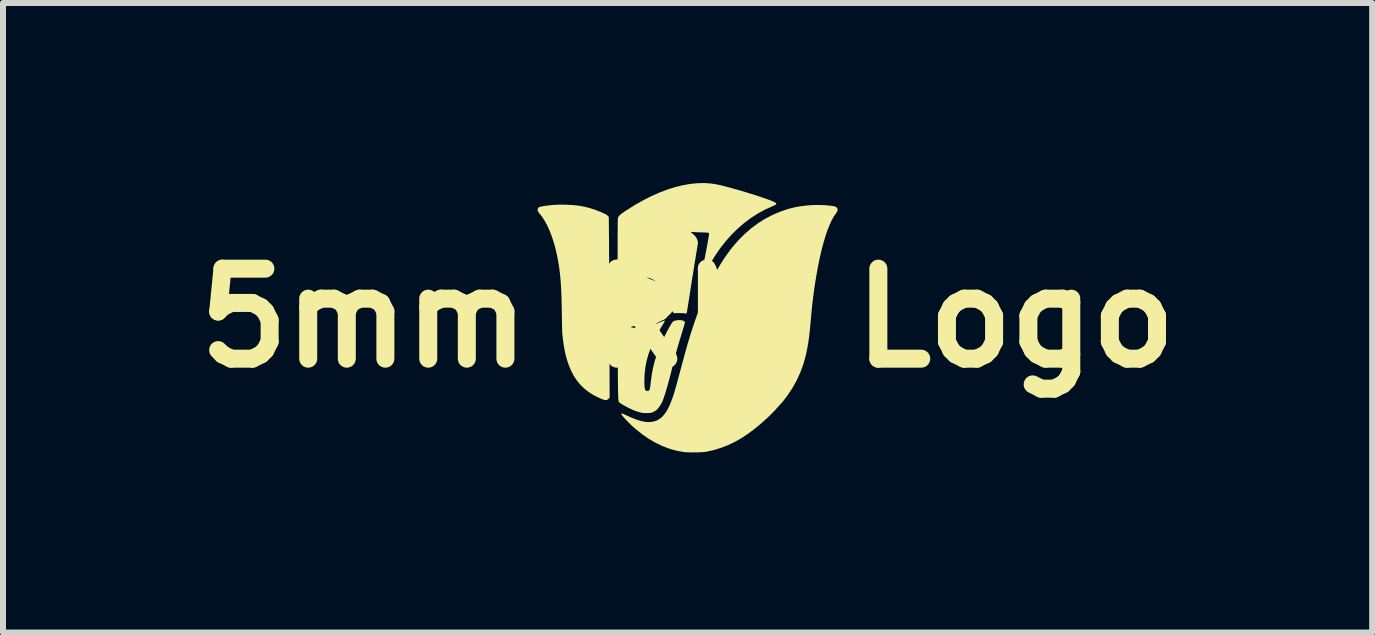
<source format=kicad_pcb>
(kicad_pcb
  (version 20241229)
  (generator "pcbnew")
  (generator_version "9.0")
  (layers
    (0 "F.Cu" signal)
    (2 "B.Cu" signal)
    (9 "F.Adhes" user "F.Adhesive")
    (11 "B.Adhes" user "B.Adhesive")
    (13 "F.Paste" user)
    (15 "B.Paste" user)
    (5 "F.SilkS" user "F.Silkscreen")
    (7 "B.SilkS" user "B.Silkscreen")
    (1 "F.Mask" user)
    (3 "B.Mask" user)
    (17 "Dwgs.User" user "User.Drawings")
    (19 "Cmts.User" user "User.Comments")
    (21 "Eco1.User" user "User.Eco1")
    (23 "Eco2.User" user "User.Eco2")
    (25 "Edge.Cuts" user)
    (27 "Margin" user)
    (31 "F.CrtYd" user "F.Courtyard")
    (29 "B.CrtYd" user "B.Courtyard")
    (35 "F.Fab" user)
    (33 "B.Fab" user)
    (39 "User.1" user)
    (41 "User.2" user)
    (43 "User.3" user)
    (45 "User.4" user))
  (footprint "5mm RM Logo"
    (layer "F.Cu")
    (at 8.407 2.248)
    (property "Reference" "5mm RM Logo" (at 0 0 0) (layer "F.SilkS") (effects (font (size 1.5 1.5) (thickness 0.3))))
    (attr board_only exclude_from_pos_files exclude_from_bom)
    (fp_poly (pts (xy -2.033 -1.888) (xy -2.027 -1.887) (xy -1.918 -1.882) (xy -1.816 -1.871) (xy -1.72 -1.854) (xy -1.626 -1.83) (xy -1.532 -1.799) (xy -1.483 -1.78) (xy -1.436 -1.761) (xy -1.399 -1.744) (xy -1.37 -1.73) (xy -1.348 -1.717) (xy -1.334 -1.706) (xy -1.327 -1.699) (xy -1.313 -1.683) (xy -1.31 -1.331) (xy -1.309 -1.289) (xy -1.309 -1.237) (xy -1.309 -1.175) (xy -1.308 -1.104) (xy -1.308 -1.026) (xy -1.307 -0.939) (xy -1.307 -0.846) (xy -1.306 -0.747) (xy -1.306 -0.644) (xy -1.305 -0.535) (xy -1.305 -0.423) (xy -1.304 -0.308) (xy -1.304 -0.191) (xy -1.303 -0.073) (xy -1.303 0.046) (xy -1.303 0.164) (xy -1.303 0.175) (xy -1.299 1.328) (xy -1.319 1.348) (xy -1.333 1.36) (xy -1.348 1.367) (xy -1.366 1.368) (xy -1.389 1.365) (xy -1.417 1.356) (xy -1.453 1.341) (xy -1.462 1.337) (xy -1.554 1.293) (xy -1.637 1.242) (xy -1.713 1.184) (xy -1.781 1.119) (xy -1.841 1.047) (xy -1.895 0.967) (xy -1.942 0.878) (xy -1.982 0.781) (xy -2.017 0.674) (xy -2.03 0.625) (xy -2.043 0.569) (xy -2.055 0.505) (xy -2.066 0.439) (xy -2.075 0.375) (xy -2.08 0.336) (xy -2.082 0.309) (xy -2.085 0.284) (xy -2.087 0.265) (xy -2.088 0.255) (xy -2.089 0.247) (xy -2.09 0.228) (xy -2.09 0.2) (xy -2.091 0.164) (xy -2.092 0.121) (xy -2.093 0.072) (xy -2.094 0.018) (xy -2.095 -0.041) (xy -2.096 -0.101) (xy -2.098 -0.215) (xy -2.101 -0.319) (xy -2.104 -0.414) (xy -2.108 -0.501) (xy -2.113 -0.582) (xy -2.119 -0.657) (xy -2.126 -0.729) (xy -2.134 -0.797) (xy -2.143 -0.863) (xy -2.154 -0.929) (xy -2.166 -0.995) (xy -2.18 -1.063) (xy -2.181 -1.066) (xy -2.206 -1.174) (xy -2.236 -1.278) (xy -2.269 -1.376) (xy -2.305 -1.467) (xy -2.344 -1.551) (xy -2.386 -1.626) (xy -2.429 -1.692) (xy -2.461 -1.732) (xy -2.481 -1.757) (xy -2.494 -1.777) (xy -2.5 -1.793) (xy -2.499 -1.808) (xy -2.493 -1.824) (xy -2.492 -1.827) (xy -2.486 -1.836) (xy -2.478 -1.843) (xy -2.465 -1.849) (xy -2.447 -1.855) (xy -2.421 -1.86) (xy -2.386 -1.866) (xy -2.38 -1.867) (xy -2.309 -1.876) (xy -2.242 -1.883) (xy -2.177 -1.887) (xy -2.109 -1.888)) (stroke (width 0) (type solid)) (fill yes) (layer "F.SilkS"))
    (fp_poly (pts (xy 2.275 -1.88) (xy 2.366 -1.872) (xy 2.425 -1.864) (xy 2.449 -1.859) (xy 2.465 -1.854) (xy 2.476 -1.847) (xy 2.485 -1.839) (xy 2.497 -1.822) (xy 2.501 -1.804) (xy 2.497 -1.784) (xy 2.484 -1.76) (xy 2.47 -1.739) (xy 2.433 -1.685) (xy 2.397 -1.619) (xy 2.363 -1.543) (xy 2.329 -1.457) (xy 2.296 -1.36) (xy 2.265 -1.254) (xy 2.234 -1.139) (xy 2.205 -1.014) (xy 2.177 -0.881) (xy 2.151 -0.739) (xy 2.126 -0.588) (xy 2.103 -0.43) (xy 2.089 -0.32) (xy 2.085 -0.287) (xy 2.081 -0.256) (xy 2.077 -0.225) (xy 2.074 -0.191) (xy 2.07 -0.155) (xy 2.066 -0.113) (xy 2.062 -0.066) (xy 2.057 -0.012) (xy 2.051 0.051) (xy 2.046 0.109) (xy 2.036 0.214) (xy 2.025 0.309) (xy 2.013 0.397) (xy 1.999 0.479) (xy 1.984 0.559) (xy 1.967 0.636) (xy 1.965 0.642) (xy 1.926 0.779) (xy 1.876 0.913) (xy 1.816 1.043) (xy 1.746 1.168) (xy 1.665 1.29) (xy 1.602 1.373) (xy 1.574 1.407) (xy 1.539 1.446) (xy 1.5 1.489) (xy 1.459 1.534) (xy 1.417 1.578) (xy 1.376 1.619) (xy 1.338 1.656) (xy 1.321 1.672) (xy 1.208 1.773) (xy 1.098 1.862) (xy 0.989 1.942) (xy 0.881 2.012) (xy 0.773 2.072) (xy 0.664 2.123) (xy 0.554 2.165) (xy 0.443 2.199) (xy 0.329 2.226) (xy 0.311 2.229) (xy 0.283 2.233) (xy 0.246 2.236) (xy 0.202 2.238) (xy 0.155 2.24) (xy 0.106 2.24) (xy 0.058 2.24) (xy 0.012 2.239) (xy -0.027 2.237) (xy -0.059 2.235) (xy -0.064 2.234) (xy -0.185 2.212) (xy -0.302 2.179) (xy -0.418 2.135) (xy -0.532 2.081) (xy -0.644 2.016) (xy -0.754 1.94) (xy -0.863 1.853) (xy -0.925 1.799) (xy -0.95 1.775) (xy -0.976 1.749) (xy -1.003 1.721) (xy -1.03 1.693) (xy -1.054 1.667) (xy -1.075 1.643) (xy -1.09 1.624) (xy -1.1 1.611) (xy -1.101 1.608) (xy -1.104 1.598) (xy -1.102 1.593) (xy -1.094 1.592) (xy -1.078 1.596) (xy -1.055 1.606) (xy -1.023 1.621) (xy -1.014 1.625) (xy -0.932 1.662) (xy -0.856 1.692) (xy -0.787 1.714) (xy -0.724 1.728) (xy -0.666 1.735) (xy -0.612 1.733) (xy -0.562 1.725) (xy -0.515 1.709) (xy -0.498 1.701) (xy -0.459 1.677) (xy -0.423 1.646) (xy -0.388 1.607) (xy -0.354 1.559) (xy -0.322 1.502) (xy -0.291 1.435) (xy -0.261 1.359) (xy -0.231 1.272) (xy -0.217 1.225) (xy -0.209 1.198) (xy -0.199 1.163) (xy -0.187 1.121) (xy -0.174 1.074) (xy -0.161 1.025) (xy -0.148 0.977) (xy -0.143 0.959) (xy -0.113 0.847) (xy -0.086 0.744) (xy -0.06 0.651) (xy -0.037 0.566) (xy -0.015 0.488) (xy 0.006 0.415) (xy 0.026 0.348) (xy 0.045 0.285) (xy 0.064 0.225) (xy 0.083 0.167) (xy 0.102 0.11) (xy 0.121 0.053) (xy 0.142 -0.005) (xy 0.155 -0.042) (xy 0.219 -0.213) (xy 0.284 -0.373) (xy 0.351 -0.522) (xy 0.418 -0.662) (xy 0.488 -0.793) (xy 0.56 -0.915) (xy 0.634 -1.028) (xy 0.711 -1.134) (xy 0.791 -1.232) (xy 0.874 -1.323) (xy 0.961 -1.408) (xy 1.052 -1.487) (xy 1.073 -1.504) (xy 1.182 -1.584) (xy 1.298 -1.656) (xy 1.42 -1.719) (xy 1.545 -1.772) (xy 1.674 -1.816) (xy 1.786 -1.844) (xy 1.879 -1.861) (xy 1.977 -1.873) (xy 2.077 -1.881) (xy 2.177 -1.883)) (stroke (width 0) (type solid)) (fill yes) (layer "F.SilkS"))
    (fp_poly (pts (xy 0.387 -2.241) (xy 0.488 -2.225) (xy 0.538 -2.214) (xy 0.597 -2.2) (xy 0.663 -2.183) (xy 0.735 -2.163) (xy 0.811 -2.142) (xy 0.89 -2.119) (xy 0.97 -2.095) (xy 1.049 -2.071) (xy 1.126 -2.047) (xy 1.198 -2.023) (xy 1.266 -2) (xy 1.326 -1.979) (xy 1.378 -1.96) (xy 1.384 -1.958) (xy 1.421 -1.942) (xy 1.448 -1.93) (xy 1.466 -1.919) (xy 1.476 -1.91) (xy 1.478 -1.901) (xy 1.474 -1.892) (xy 1.471 -1.89) (xy 1.461 -1.883) (xy 1.444 -1.875) (xy 1.422 -1.865) (xy 1.407 -1.858) (xy 1.288 -1.805) (xy 1.17 -1.74) (xy 1.055 -1.666) (xy 0.944 -1.583) (xy 0.837 -1.491) (xy 0.735 -1.391) (xy 0.639 -1.283) (xy 0.549 -1.17) (xy 0.466 -1.05) (xy 0.433 -0.997) (xy 0.407 -0.952) (xy 0.379 -0.899) (xy 0.349 -0.842) (xy 0.32 -0.783) (xy 0.292 -0.725) (xy 0.268 -0.671) (xy 0.253 -0.633) (xy 0.238 -0.6) (xy 0.227 -0.577) (xy 0.218 -0.565) (xy 0.212 -0.564) (xy 0.209 -0.573) (xy 0.209 -0.575) (xy 0.21 -0.582) (xy 0.212 -0.599) (xy 0.217 -0.626) (xy 0.223 -0.661) (xy 0.231 -0.703) (xy 0.24 -0.752) (xy 0.25 -0.807) (xy 0.261 -0.866) (xy 0.273 -0.929) (xy 0.285 -0.995) (xy 0.3 -1.073) (xy 0.313 -1.141) (xy 0.324 -1.199) (xy 0.333 -1.248) (xy 0.34 -1.289) (xy 0.346 -1.323) (xy 0.351 -1.35) (xy 0.354 -1.371) (xy 0.356 -1.387) (xy 0.357 -1.399) (xy 0.357 -1.406) (xy 0.356 -1.411) (xy 0.355 -1.413) (xy 0.351 -1.416) (xy 0.343 -1.419) (xy 0.331 -1.421) (xy 0.312 -1.423) (xy 0.286 -1.424) (xy 0.251 -1.425) (xy 0.225 -1.426) (xy 0.188 -1.427) (xy 0.153 -1.429) (xy 0.122 -1.43) (xy 0.098 -1.432) (xy 0.083 -1.433) (xy 0.08 -1.433) (xy 0.065 -1.434) (xy 0.057 -1.432) (xy 0.056 -1.431) (xy 0.06 -1.425) (xy 0.071 -1.415) (xy 0.087 -1.402) (xy 0.089 -1.4) (xy 0.125 -1.366) (xy 0.152 -1.326) (xy 0.166 -1.289) (xy 0.17 -1.276) (xy 0.172 -1.264) (xy 0.172 -1.251) (xy 0.171 -1.235) (xy 0.167 -1.212) (xy 0.163 -1.188) (xy 0.158 -1.157) (xy 0.151 -1.117) (xy 0.143 -1.067) (xy 0.134 -1.01) (xy 0.123 -0.946) (xy 0.112 -0.878) (xy 0.101 -0.805) (xy 0.089 -0.73) (xy 0.076 -0.654) (xy 0.064 -0.577) (xy 0.052 -0.5) (xy 0.041 -0.426) (xy 0.031 -0.364) (xy 0.023 -0.31) (xy 0.014 -0.259) (xy 0.007 -0.213) (xy 0.000452 -0.171) (xy -0.005 -0.137) (xy -0.01 -0.109) (xy -0.013 -0.091) (xy -0.015 -0.082) (xy -0.015 -0.082) (xy -0.018 -0.076) (xy -0.025 -0.074) (xy -0.039 -0.075) (xy -0.044 -0.076) (xy -0.059 -0.078) (xy -0.083 -0.08) (xy -0.112 -0.081) (xy -0.143 -0.081) (xy -0.151 -0.081) (xy -0.231 -0.081) (xy -0.278 -0.139) (xy -0.296 -0.16) (xy -0.312 -0.178) (xy -0.323 -0.19) (xy -0.33 -0.196) (xy -0.33 -0.196) (xy -0.336 -0.193) (xy -0.349 -0.183) (xy -0.366 -0.169) (xy -0.386 -0.152) (xy -0.388 -0.151) (xy -0.462 -0.091) (xy -0.539 -0.036) (xy -0.617 0.013) (xy -0.694 0.056) (xy -0.77 0.092) (xy -0.843 0.119) (xy -0.88 0.13) (xy -0.912 0.139) (xy -0.932 0.146) (xy -0.941 0.152) (xy -0.939 0.157) (xy -0.925 0.16) (xy -0.901 0.162) (xy -0.866 0.163) (xy -0.864 0.163) (xy -0.783 0.159) (xy -0.699 0.146) (xy -0.612 0.126) (xy -0.521 0.096) (xy -0.425 0.058) (xy -0.405 0.05) (xy -0.389 0.046) (xy -0.379 0.044) (xy -0.378 0.045) (xy -0.38 0.051) (xy -0.387 0.065) (xy -0.398 0.085) (xy -0.412 0.11) (xy -0.425 0.13) (xy -0.496 0.251) (xy -0.557 0.368) (xy -0.608 0.483) (xy -0.649 0.595) (xy -0.681 0.706) (xy -0.703 0.816) (xy -0.716 0.927) (xy -0.72 1.026) (xy -0.72 1.078) (xy -0.719 1.12) (xy -0.716 1.153) (xy -0.712 1.177) (xy -0.707 1.195) (xy -0.699 1.207) (xy -0.689 1.214) (xy -0.676 1.216) (xy -0.67 1.216) (xy -0.658 1.215) (xy -0.647 1.212) (xy -0.639 1.204) (xy -0.633 1.19) (xy -0.627 1.17) (xy -0.622 1.143) (xy -0.618 1.106) (xy -0.614 1.072) (xy -0.598 0.951) (xy -0.577 0.835) (xy -0.548 0.721) (xy -0.513 0.607) (xy -0.471 0.496) (xy -0.454 0.455) (xy -0.432 0.406) (xy -0.407 0.353) (xy -0.38 0.298) (xy -0.352 0.244) (xy -0.326 0.193) (xy -0.301 0.148) (xy -0.289 0.128) (xy -0.273 0.1) (xy -0.26 0.081) (xy -0.251 0.068) (xy -0.243 0.059) (xy -0.234 0.054) (xy -0.225 0.05) (xy -0.221 0.048) (xy -0.188 0.04) (xy -0.155 0.036) (xy -0.124 0.035) (xy -0.095 0.039) (xy -0.071 0.046) (xy -0.054 0.056) (xy -0.046 0.069) (xy -0.045 0.075) (xy -0.046 0.083) (xy -0.051 0.1) (xy -0.058 0.125) (xy -0.067 0.157) (xy -0.078 0.193) (xy -0.09 0.233) (xy -0.093 0.243) (xy -0.129 0.361) (xy -0.162 0.472) (xy -0.191 0.575) (xy -0.216 0.669) (xy -0.238 0.755) (xy -0.252 0.81) (xy -0.27 0.886) (xy -0.289 0.961) (xy -0.309 1.035) (xy -0.328 1.106) (xy -0.348 1.174) (xy -0.366 1.236) (xy -0.384 1.292) (xy -0.401 1.341) (xy -0.415 1.38) (xy -0.425 1.403) (xy -0.439 1.429) (xy -0.456 1.458) (xy -0.476 1.486) (xy -0.496 1.511) (xy -0.515 1.531) (xy -0.523 1.538) (xy -0.538 1.548) (xy -0.559 1.56) (xy -0.575 1.568) (xy -0.591 1.575) (xy -0.605 1.579) (xy -0.621 1.582) (xy -0.643 1.584) (xy -0.671 1.585) (xy -0.676 1.585) (xy -0.708 1.585) (xy -0.734 1.584) (xy -0.757 1.581) (xy -0.781 1.576) (xy -0.794 1.573) (xy -0.834 1.561) (xy -0.873 1.548) (xy -0.914 1.531) (xy -0.96 1.51) (xy -0.984 1.498) (xy -1.036 1.471) (xy -1.077 1.448) (xy -1.109 1.429) (xy -1.129 1.413) (xy -1.132 1.411) (xy -1.135 1.408) (xy -1.138 1.406) (xy -1.141 1.404) (xy -1.143 1.402) (xy -1.145 1.398) (xy -1.148 1.393) (xy -1.149 1.386) (xy -1.151 1.377) (xy -1.153 1.365) (xy -1.154 1.35) (xy -1.155 1.332) (xy -1.156 1.31) (xy -1.157 1.284) (xy -1.158 1.253) (xy -1.159 1.218) (xy -1.16 1.177) (xy -1.16 1.13) (xy -1.161 1.077) (xy -1.161 1.017) (xy -1.162 0.951) (xy -1.162 0.877) (xy -1.163 0.796) (xy -1.163 0.706) (xy -1.163 0.608) (xy -1.163 0.501) (xy -1.164 0.384) (xy -1.164 0.258) (xy -1.164 0.122) (xy -1.164 -0.025) (xy -1.165 -0.143) (xy -1.165 -0.302) (xy -1.165 -0.449) (xy -1.165 -0.587) (xy -1.166 -0.691) (xy -0.694 -0.691) (xy -0.692 -0.685) (xy -0.689 -0.681) (xy -0.68 -0.675) (xy -0.663 -0.666) (xy -0.64 -0.656) (xy -0.614 -0.644) (xy -0.586 -0.633) (xy -0.56 -0.622) (xy -0.537 -0.613) (xy -0.519 -0.608) (xy -0.51 -0.606) (xy -0.496 -0.608) (xy -0.479 -0.614) (xy -0.473 -0.616) (xy -0.456 -0.626) (xy -0.443 -0.637) (xy -0.44 -0.641) (xy -0.434 -0.653) (xy -0.425 -0.672) (xy -0.414 -0.696) (xy -0.403 -0.724) (xy -0.392 -0.752) (xy -0.382 -0.779) (xy -0.374 -0.803) (xy -0.368 -0.821) (xy -0.366 -0.832) (xy -0.366 -0.832) (xy -0.371 -0.841) (xy -0.382 -0.844) (xy -0.391 -0.841) (xy -0.409 -0.835) (xy -0.433 -0.825) (xy -0.464 -0.812) (xy -0.499 -0.796) (xy -0.537 -0.779) (xy -0.543 -0.776) (xy -0.589 -0.755) (xy -0.625 -0.738) (xy -0.652 -0.724) (xy -0.672 -0.713) (xy -0.685 -0.704) (xy -0.692 -0.697) (xy -0.694 -0.691) (xy -1.166 -0.691) (xy -1.166 -0.714) (xy -1.166 -0.831) (xy -1.166 -0.939) (xy -1.166 -1.038) (xy -1.166 -1.128) (xy -1.166 -1.21) (xy -1.166 -1.284) (xy -1.166 -1.349) (xy -1.166 -1.408) (xy -1.165 -1.46) (xy -1.165 -1.505) (xy -1.165 -1.543) (xy -1.164 -1.576) (xy -1.164 -1.603) (xy -1.163 -1.625) (xy -1.163 -1.642) (xy -1.162 -1.654) (xy -1.161 -1.663) (xy -1.161 -1.667) (xy -1.161 -1.667) (xy -1.154 -1.682) (xy -1.145 -1.696) (xy -1.132 -1.711) (xy -1.113 -1.728) (xy -1.087 -1.747) (xy -1.055 -1.77) (xy -1.013 -1.798) (xy -1.013 -1.798) (xy -0.876 -1.884) (xy -0.739 -1.961) (xy -0.604 -2.03) (xy -0.47 -2.089) (xy -0.339 -2.139) (xy -0.209 -2.18) (xy -0.083 -2.211) (xy 0.04 -2.233) (xy 0.16 -2.245) (xy 0.276 -2.248)) (stroke (width 0) (type solid)) (fill yes) (layer "F.SilkS")))
  (gr_rect
    (start -3 -3)
    (end 19.814 7.489)
    (stroke (width 0.1) (type default))
    (fill no)
    (layer "Edge.Cuts")))
</source>
